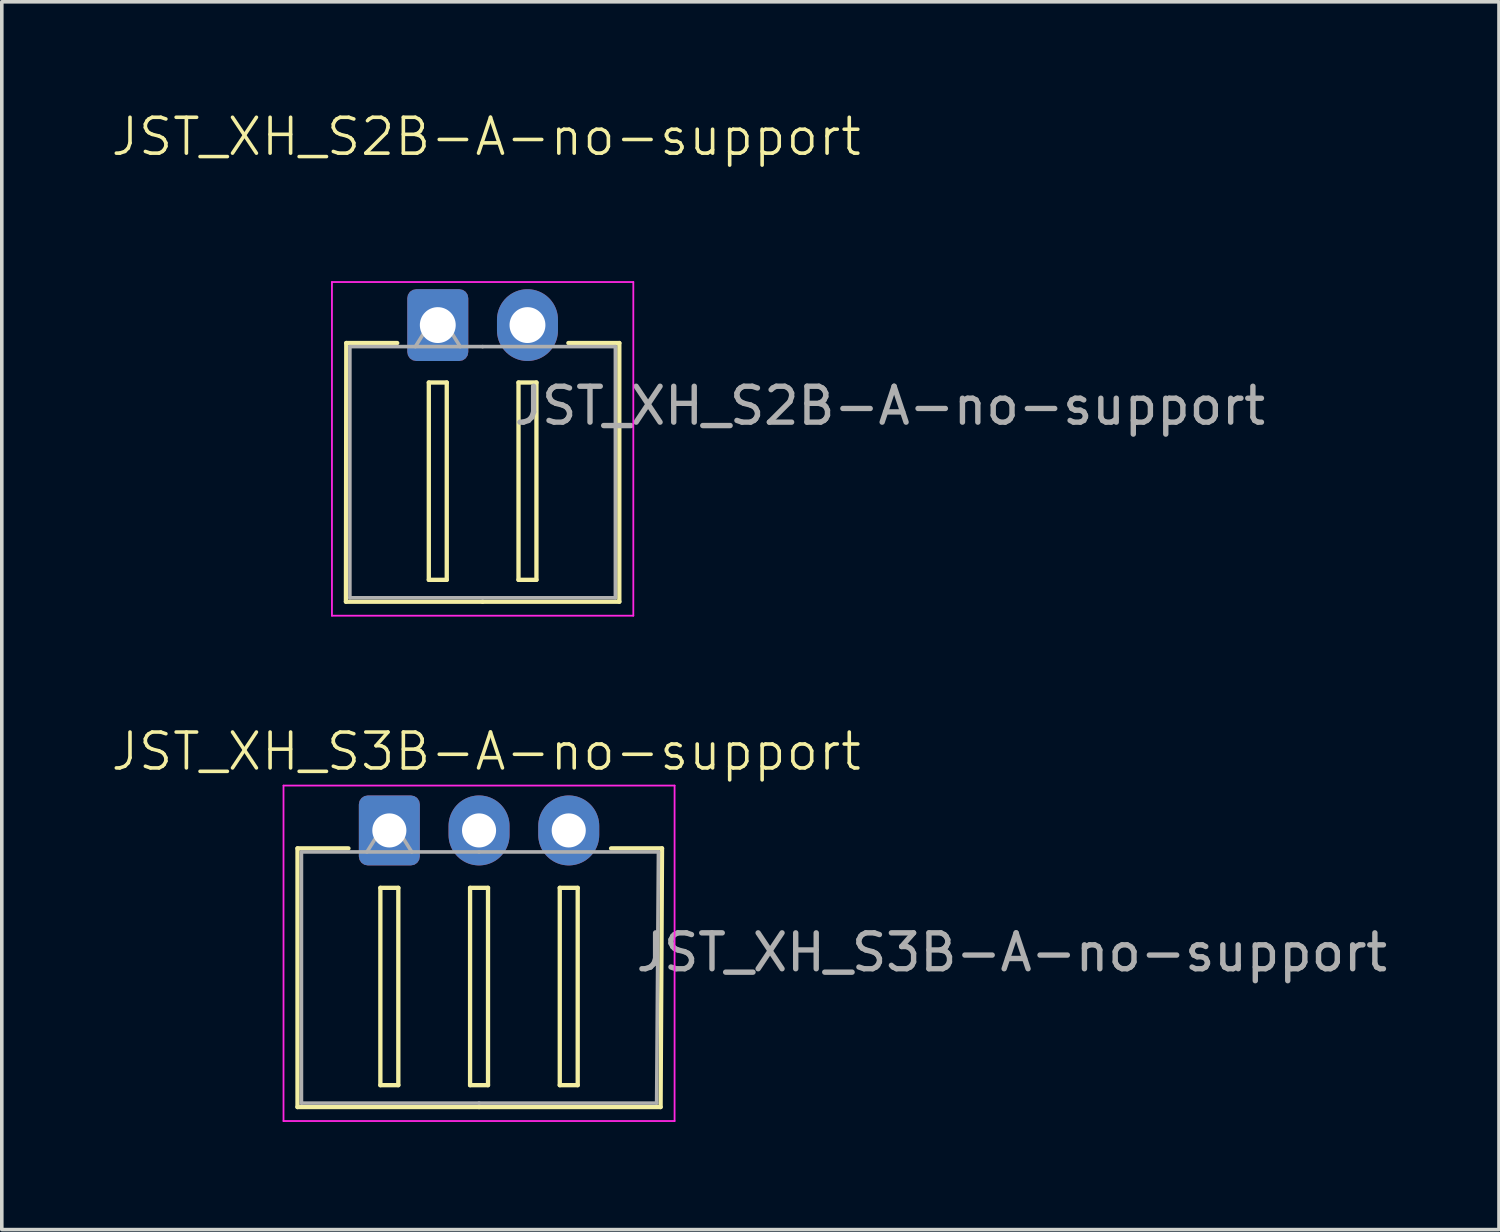
<source format=kicad_pcb>
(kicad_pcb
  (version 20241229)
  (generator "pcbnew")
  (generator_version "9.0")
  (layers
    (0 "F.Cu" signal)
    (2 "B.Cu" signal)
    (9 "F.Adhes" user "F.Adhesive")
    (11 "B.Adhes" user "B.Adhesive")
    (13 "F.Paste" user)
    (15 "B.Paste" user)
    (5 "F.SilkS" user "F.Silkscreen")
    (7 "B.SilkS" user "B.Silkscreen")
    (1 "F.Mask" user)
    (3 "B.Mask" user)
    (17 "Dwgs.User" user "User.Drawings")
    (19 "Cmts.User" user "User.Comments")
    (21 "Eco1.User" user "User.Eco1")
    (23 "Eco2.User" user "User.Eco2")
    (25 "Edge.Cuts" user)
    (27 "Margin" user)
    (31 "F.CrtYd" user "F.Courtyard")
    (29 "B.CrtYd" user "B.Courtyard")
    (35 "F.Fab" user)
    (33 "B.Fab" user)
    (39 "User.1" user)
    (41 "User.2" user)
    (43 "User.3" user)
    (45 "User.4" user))
  (footprint "JST_XH_S2B-A-no-support"
    (layer "F.Cu")
    (at 9.152 6.011)
    (property "Reference" "JST_XH_S2B-A-no-support" (at 1.35 -5.25 0) (unlocked yes) (layer "F.SilkS") (effects (font (size 1 1) (thickness 0.1))))
    (attr through_hole)
    (fp_line (start -2.56 7.71) (end -2.55 0.5) (stroke (width 0.12) (type solid)) (layer "F.SilkS"))
    (fp_line (start -2.55 0.5) (end -1.13 0.5) (stroke (width 0.12) (type solid)) (layer "F.SilkS"))
    (fp_line (start -0.25 1.6) (end -0.25 7.1) (stroke (width 0.12) (type solid)) (layer "F.SilkS"))
    (fp_line (start -0.25 7.1) (end 0.25 7.1) (stroke (width 0.12) (type solid)) (layer "F.SilkS"))
    (fp_line (start 0.25 1.6) (end -0.25 1.6) (stroke (width 0.12) (type solid)) (layer "F.SilkS"))
    (fp_line (start 0.25 7.1) (end 0.25 1.6) (stroke (width 0.12) (type solid)) (layer "F.SilkS"))
    (fp_line (start 1.25 7.71) (end -2.56 7.71) (stroke (width 0.12) (type solid)) (layer "F.SilkS"))
    (fp_line (start 1.25 7.71) (end 5.06 7.71) (stroke (width 0.12) (type solid)) (layer "F.SilkS"))
    (fp_line (start 2.25 1.6) (end 2.25 7.1) (stroke (width 0.12) (type solid)) (layer "F.SilkS"))
    (fp_line (start 2.25 7.1) (end 2.75 7.1) (stroke (width 0.12) (type solid)) (layer "F.SilkS"))
    (fp_line (start 2.75 1.6) (end 2.25 1.6) (stroke (width 0.12) (type solid)) (layer "F.SilkS"))
    (fp_line (start 2.75 7.1) (end 2.75 1.6) (stroke (width 0.12) (type solid)) (layer "F.SilkS"))
    (fp_line (start 5.06 0.5) (end 3.64 0.5) (stroke (width 0.12) (type solid)) (layer "F.SilkS"))
    (fp_line (start 5.06 7.71) (end 5.06 0.5) (stroke (width 0.12) (type solid)) (layer "F.SilkS"))
    (fp_line (start -2.95 -1.2) (end -2.95 8.1) (stroke (width 0.05) (type solid)) (layer "F.CrtYd"))
    (fp_line (start -2.95 8.1) (end 5.45 8.1) (stroke (width 0.05) (type solid)) (layer "F.CrtYd"))
    (fp_line (start 5.45 -1.2) (end -2.95 -1.2) (stroke (width 0.05) (type solid)) (layer "F.CrtYd"))
    (fp_line (start 5.45 8.1) (end 5.45 -1.2) (stroke (width 0.05) (type solid)) (layer "F.CrtYd"))
    (fp_line (start -2.45 0.6) (end 1.25 0.6) (stroke (width 0.1) (type solid)) (layer "F.Fab"))
    (fp_line (start -2.45 7.6) (end -2.45 0.6) (stroke (width 0.1) (type solid)) (layer "F.Fab"))
    (fp_line (start -0.625 0.6) (end 0 -0.4) (stroke (width 0.1) (type solid)) (layer "F.Fab"))
    (fp_line (start 0 -0.4) (end 0.625 0.6) (stroke (width 0.1) (type solid)) (layer "F.Fab"))
    (fp_line (start 1.25 7.6) (end -2.45 7.6) (stroke (width 0.1) (type solid)) (layer "F.Fab"))
    (fp_line (start 1.25 7.6) (end 4.95 7.6) (stroke (width 0.1) (type solid)) (layer "F.Fab"))
    (fp_line (start 4.95 0.6) (end 1.25 0.6) (stroke (width 0.1) (type solid)) (layer "F.Fab"))
    (fp_line (start 4.95 7.6) (end 4.95 0.6) (stroke (width 0.1) (type solid)) (layer "F.Fab"))
    (fp_text user "${REFERENCE}" (at 12.6 2.25 0) (unlocked yes) (layer "F.Fab") (effects (font (size 1 1) (thickness 0.15))))
    (pad "1" thru_hole roundrect (at 0 0) (size 1.7 2) (drill 1) (layers "*.Cu" "*.Mask") (roundrect_rratio 0.147))
    (pad "2" thru_hole oval (at 2.5 0) (size 1.7 2) (drill 1) (layers "*.Cu" "*.Mask")))
  (footprint "JST_XH_S3B-A-no-support"
    (layer "F.Cu")
    (at 7.802 20.046)
    (property "Reference" "JST_XH_S3B-A-no-support" (at 2.7 -2.15 0) (unlocked yes) (layer "F.SilkS") (effects (font (size 1 1) (thickness 0.1))))
    (attr through_hole)
    (fp_line (start -2.56 0.55) (end -1.14 0.55) (stroke (width 0.12) (type solid)) (layer "F.SilkS"))
    (fp_line (start -2.56 7.76) (end -2.56 0.55) (stroke (width 0.12) (type solid)) (layer "F.SilkS"))
    (fp_line (start -0.25 1.65) (end -0.25 7.15) (stroke (width 0.12) (type solid)) (layer "F.SilkS"))
    (fp_line (start -0.25 7.15) (end 0.25 7.15) (stroke (width 0.12) (type solid)) (layer "F.SilkS"))
    (fp_line (start 0.25 1.65) (end -0.25 1.65) (stroke (width 0.12) (type solid)) (layer "F.SilkS"))
    (fp_line (start 0.25 7.15) (end 0.25 1.65) (stroke (width 0.12) (type solid)) (layer "F.SilkS"))
    (fp_line (start 2.25 1.65) (end 2.25 7.15) (stroke (width 0.12) (type solid)) (layer "F.SilkS"))
    (fp_line (start 2.25 7.15) (end 2.75 7.15) (stroke (width 0.12) (type solid)) (layer "F.SilkS"))
    (fp_line (start 2.5 7.76) (end -2.56 7.76) (stroke (width 0.12) (type solid)) (layer "F.SilkS"))
    (fp_line (start 2.5 7.76) (end 7.56 7.76) (stroke (width 0.12) (type solid)) (layer "F.SilkS"))
    (fp_line (start 2.75 1.65) (end 2.25 1.65) (stroke (width 0.12) (type solid)) (layer "F.SilkS"))
    (fp_line (start 2.75 7.15) (end 2.75 1.65) (stroke (width 0.12) (type solid)) (layer "F.SilkS"))
    (fp_line (start 4.75 1.65) (end 4.75 7.15) (stroke (width 0.12) (type solid)) (layer "F.SilkS"))
    (fp_line (start 4.75 7.15) (end 5.25 7.15) (stroke (width 0.12) (type solid)) (layer "F.SilkS"))
    (fp_line (start 5.25 1.65) (end 4.75 1.65) (stroke (width 0.12) (type solid)) (layer "F.SilkS"))
    (fp_line (start 5.25 7.15) (end 5.25 1.65) (stroke (width 0.12) (type solid)) (layer "F.SilkS"))
    (fp_line (start 7.56 7.76) (end 7.6 0.55) (stroke (width 0.12) (type solid)) (layer "F.SilkS"))
    (fp_line (start 7.6 0.55) (end 6.18 0.55) (stroke (width 0.12) (type solid)) (layer "F.SilkS"))
    (fp_line (start -2.95 -1.2) (end -2.95 8.15) (stroke (width 0.05) (type solid)) (layer "F.CrtYd"))
    (fp_line (start -2.95 8.15) (end 7.95 8.15) (stroke (width 0.05) (type solid)) (layer "F.CrtYd"))
    (fp_line (start 7.95 -1.2) (end -2.95 -1.2) (stroke (width 0.05) (type solid)) (layer "F.CrtYd"))
    (fp_line (start 7.95 8.15) (end 7.95 -1.2) (stroke (width 0.05) (type solid)) (layer "F.CrtYd"))
    (fp_line (start -2.45 0.65) (end 2.5 0.65) (stroke (width 0.1) (type solid)) (layer "F.Fab"))
    (fp_line (start -2.45 7.65) (end -2.45 0.65) (stroke (width 0.1) (type solid)) (layer "F.Fab"))
    (fp_line (start -0.625 0.65) (end 0 -0.35) (stroke (width 0.1) (type solid)) (layer "F.Fab"))
    (fp_line (start 0 -0.35) (end 0.625 0.65) (stroke (width 0.1) (type solid)) (layer "F.Fab"))
    (fp_line (start 2.5 7.65) (end -2.45 7.65) (stroke (width 0.1) (type solid)) (layer "F.Fab"))
    (fp_line (start 2.5 7.65) (end 7.45 7.65) (stroke (width 0.1) (type solid)) (layer "F.Fab"))
    (fp_line (start 7.45 7.65) (end 7.5 0.65) (stroke (width 0.1) (type solid)) (layer "F.Fab"))
    (fp_line (start 7.5 0.65) (end 2.5 0.65) (stroke (width 0.1) (type solid)) (layer "F.Fab"))
    (fp_text user "${REFERENCE}" (at 17.35 3.45 0) (layer "F.Fab") (effects (font (size 1 1) (thickness 0.15))))
    (pad "1" thru_hole roundrect (at 0 0.05) (size 1.7 1.95) (drill 0.95) (layers "*.Cu" "*.Mask") (roundrect_rratio 0.147))
    (pad "2" thru_hole oval (at 2.5 0.05) (size 1.7 1.95) (drill 0.95) (layers "*.Cu" "*.Mask"))
    (pad "3" thru_hole oval (at 5 0.05) (size 1.7 1.95) (drill 0.95) (layers "*.Cu" "*.Mask")))
  (gr_rect
    (start -3 -3)
    (end 38.73 31.221)
    (stroke (width 0.1) (type default))
    (fill no)
    (layer "Edge.Cuts")))
</source>
